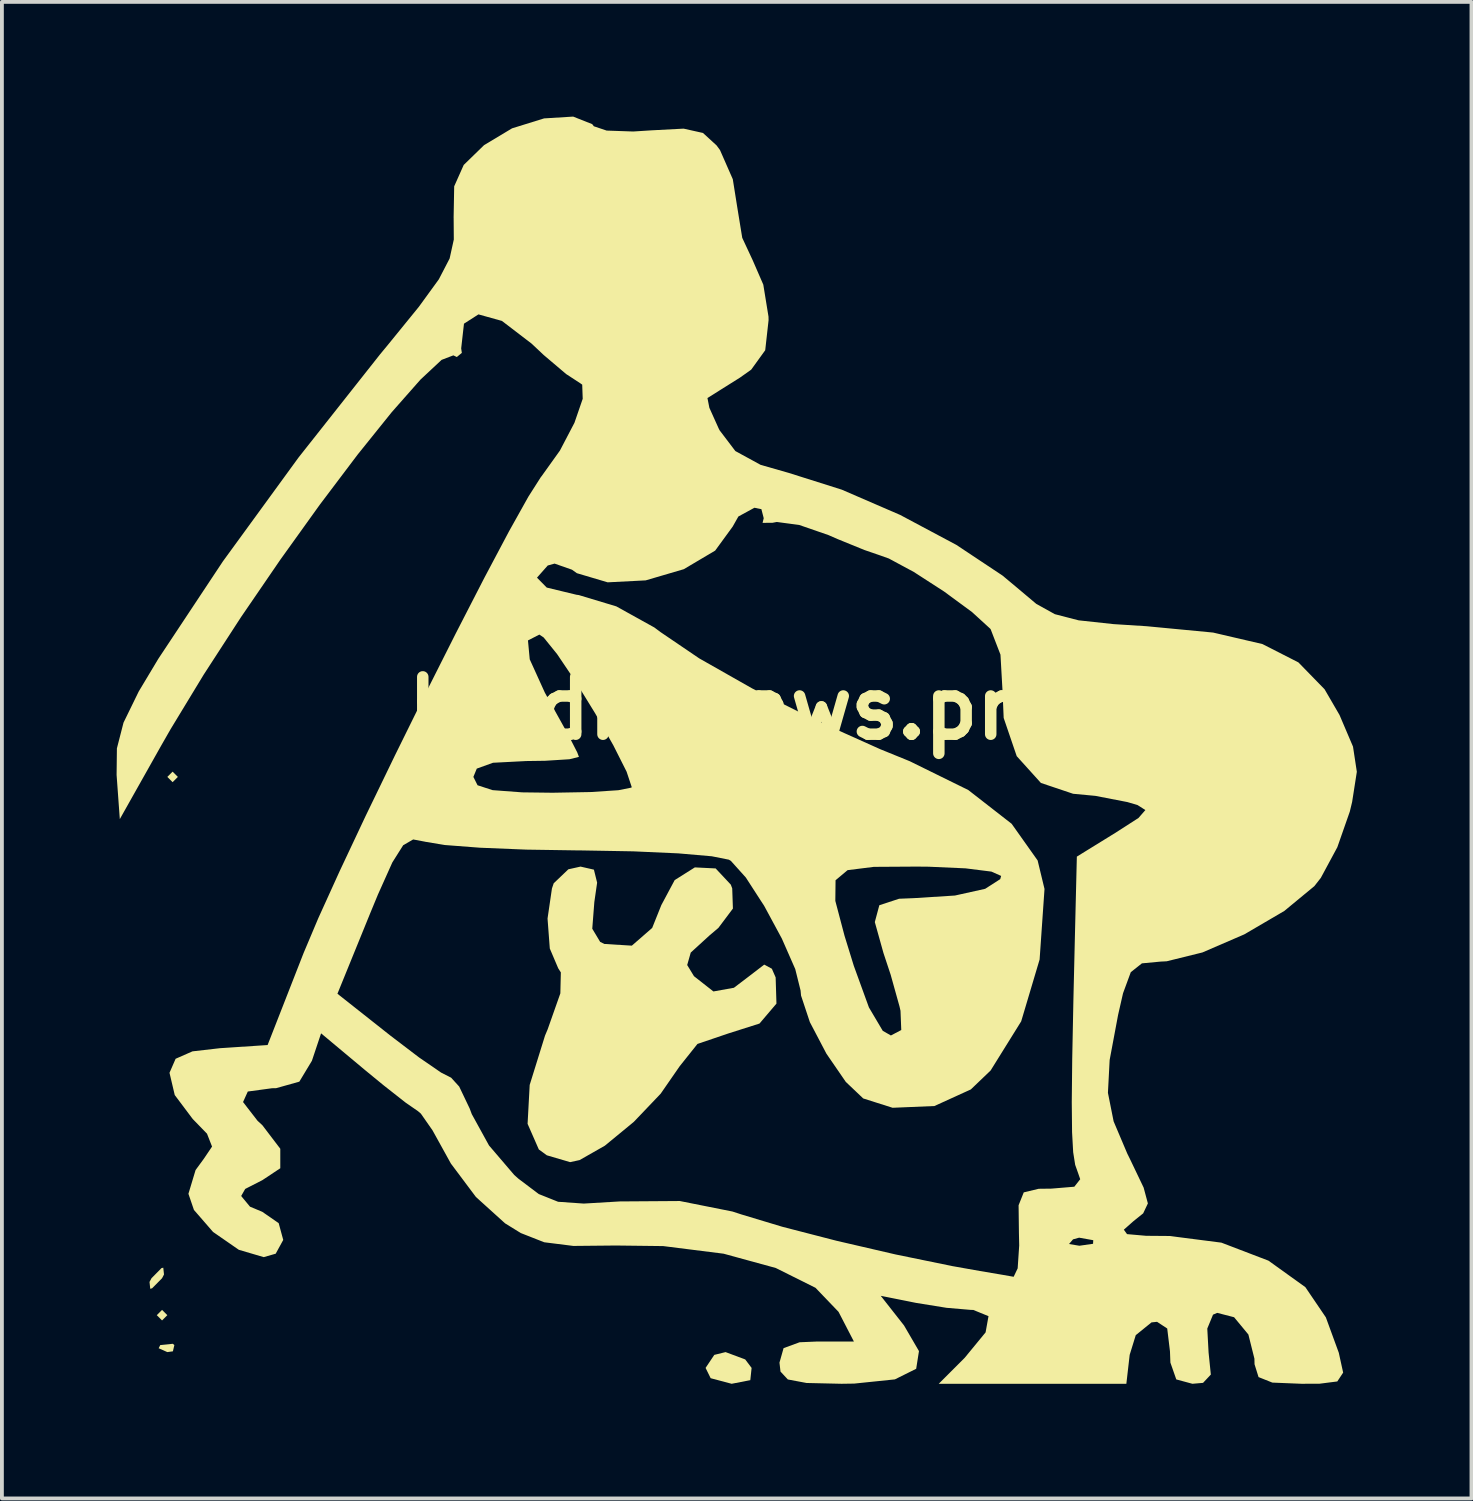
<source format=kicad_pcb>
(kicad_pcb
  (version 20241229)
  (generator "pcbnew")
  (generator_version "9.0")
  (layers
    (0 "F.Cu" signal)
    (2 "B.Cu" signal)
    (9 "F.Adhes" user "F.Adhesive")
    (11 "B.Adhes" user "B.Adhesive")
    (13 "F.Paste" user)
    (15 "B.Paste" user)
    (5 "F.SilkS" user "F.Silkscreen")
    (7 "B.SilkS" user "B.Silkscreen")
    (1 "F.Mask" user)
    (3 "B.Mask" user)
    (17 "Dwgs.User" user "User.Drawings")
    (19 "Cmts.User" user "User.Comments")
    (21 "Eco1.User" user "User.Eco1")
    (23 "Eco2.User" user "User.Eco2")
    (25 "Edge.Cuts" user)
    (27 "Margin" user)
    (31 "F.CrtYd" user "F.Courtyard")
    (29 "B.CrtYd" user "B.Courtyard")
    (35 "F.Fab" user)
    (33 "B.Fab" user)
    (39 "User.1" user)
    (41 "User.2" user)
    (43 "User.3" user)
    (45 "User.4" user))
  (footprint "heidi-paws.pretty"
    (layer "F.Cu")
    (at 17.616 15.478)
    (property "Reference" "heidi-paws.pretty" (at 0 0 0) (layer "F.SilkS") (effects (font (size 1.5 1.5) (thickness 0.3))))
    (attr board_only exclude_from_pos_files exclude_from_bom)
    (fp_poly (pts (xy -16.289 15.875) (xy -16.427 16.013) (xy -16.565 15.875) (xy -16.427 15.737)) (stroke (width 0) (type solid)) (fill yes) (layer "F.SilkS"))
    (fp_poly (pts (xy -16.013 1.795) (xy -16.151 1.933) (xy -16.289 1.795) (xy -16.151 1.657)) (stroke (width 0) (type solid)) (fill yes) (layer "F.SilkS"))
    (fp_poly (pts (xy -16.105 16.657) (xy -16.143 16.821) (xy -16.289 16.841) (xy -16.516 16.74) (xy -16.473 16.657) (xy -16.146 16.624)) (stroke (width 0) (type solid)) (fill yes) (layer "F.SilkS"))
    (fp_poly (pts (xy -16.376 14.811) (xy -16.427 14.909) (xy -16.687 15.172) (xy -16.736 15.185) (xy -16.755 15.006) (xy -16.703 14.909) (xy -16.443 14.645) (xy -16.395 14.633)) (stroke (width 0) (type solid)) (fill yes) (layer "F.SilkS"))
    (fp_poly (pts (xy -1.172 17.033) (xy -1.005 17.255) (xy -1.039 17.575) (xy -1.527 17.67) (xy -2.076 17.524) (xy -2.209 17.255) (xy -1.981 16.914) (xy -1.686 16.841)) (stroke (width 0) (type solid)) (fill yes) (layer "F.SilkS"))
    (fp_poly (pts (xy -5.13 4.221) (xy -5.046 4.561) (xy -5.119 5.069) (xy -5.173 5.766) (xy -4.967 6.11) (xy -4.855 6.165) (xy -4.138 6.209) (xy -3.606 5.746) (xy -3.366 5.147) (xy -3.017 4.494) (xy -2.49 4.162) (xy -1.946 4.189) (xy -1.549 4.613) (xy -1.512 4.712) (xy -1.494 5.239) (xy -1.874 5.745) (xy -2.102 5.938) (xy -2.597 6.39) (xy -2.69 6.716) (xy -2.512 7.008) (xy -2.004 7.407) (xy -1.468 7.311) (xy -1.063 7.003) (xy -0.675 6.705) (xy -0.475 6.813) (xy -0.376 7.04) (xy -0.355 7.725) (xy -0.799 8.247) (xy -1.617 8.507) (xy -2.421 8.78) (xy -2.887 9.364) (xy -3.384 10.082) (xy -4.087 10.819) (xy -4.844 11.442) (xy -5.504 11.818) (xy -5.752 11.872) (xy -6.362 11.693) (xy -6.571 11.54) (xy -6.865 10.87) (xy -6.81 9.852) (xy -6.409 8.562) (xy -6.34 8.398) (xy -6.008 7.457) (xy -5.995 6.909) (xy -6.064 6.801) (xy -6.284 6.284) (xy -6.343 5.5) (xy -6.228 4.714) (xy -6.182 4.578) (xy -5.799 4.212) (xy -5.48 4.141)) (stroke (width 0) (type solid)) (fill yes) (layer "F.SilkS"))
    (fp_poly (pts (xy -5.175 -15.281) (xy -5.132 -15.225) (xy -4.796 -15.112) (xy -4.102 -15.088) (xy -3.635 -15.118) (xy -2.783 -15.163) (xy -2.277 -15.05) (xy -1.921 -14.724) (xy -1.832 -14.603) (xy -1.497 -13.84) (xy -1.38 -13.105) (xy -1.25 -12.307) (xy -0.975 -11.717) (xy -0.699 -11.082) (xy -0.563 -10.245) (xy -0.561 -10.153) (xy -0.649 -9.366) (xy -1.016 -8.858) (xy -1.311 -8.649) (xy -1.859 -8.305) (xy -2.154 -8.119) (xy -2.16 -8.116) (xy -2.11 -7.861) (xy -1.867 -7.321) (xy -1.843 -7.273) (xy -1.43 -6.729) (xy -0.769 -6.368) (xy -0.035 -6.158) (xy 1.354 -5.719) (xy 2.881 -5.058) (xy 4.35 -4.275) (xy 5.56 -3.471) (xy 5.937 -3.156) (xy 6.441 -2.732) (xy 6.927 -2.462) (xy 7.549 -2.301) (xy 8.463 -2.202) (xy 9.327 -2.147) (xy 11.067 -1.981) (xy 12.358 -1.68) (xy 13.298 -1.201) (xy 13.983 -0.498) (xy 14.374 0.175) (xy 14.727 1.003) (xy 14.827 1.661) (xy 14.704 2.45) (xy 14.643 2.703) (xy 14.317 3.634) (xy 13.885 4.436) (xy 13.716 4.652) (xy 12.929 5.302) (xy 11.883 5.914) (xy 10.788 6.387) (xy 9.853 6.618) (xy 9.695 6.626) (xy 9.205 6.672) (xy 8.914 6.903) (xy 8.711 7.455) (xy 8.582 8.02) (xy 8.361 9.2) (xy 8.316 10.059) (xy 8.465 10.806) (xy 8.823 11.65) (xy 8.897 11.8) (xy 9.25 12.538) (xy 9.361 12.952) (xy 9.238 13.212) (xy 8.983 13.417) (xy 8.732 13.639) (xy 8.816 13.755) (xy 9.315 13.799) (xy 9.931 13.804) (xy 11.284 13.978) (xy 12.515 14.449) (xy 13.48 15.142) (xy 14.017 15.933) (xy 14.355 16.858) (xy 14.469 17.378) (xy 14.316 17.609) (xy 13.853 17.668) (xy 13.382 17.67) (xy 12.617 17.639) (xy 12.256 17.495) (xy 12.151 17.159) (xy 12.148 17.013) (xy 11.99 16.381) (xy 11.616 15.929) (xy 11.175 15.815) (xy 11.065 15.862) (xy 10.915 16.226) (xy 10.949 16.852) (xy 11.008 17.429) (xy 10.804 17.646) (xy 10.526 17.67) (xy 10.104 17.556) (xy 9.95 17.116) (xy 9.939 16.821) (xy 9.867 16.224) (xy 9.601 16.049) (xy 9.456 16.064) (xy 9.044 16.398) (xy 8.885 16.913) (xy 8.798 17.67) (xy 6.344 17.67) (xy 3.89 17.67) (xy 4.568 16.992) (xy 5.116 16.325) (xy 5.192 15.901) (xy 4.793 15.738) (xy 4.728 15.737) (xy 4.096 15.683) (xy 3.297 15.554) (xy 3.292 15.553) (xy 2.373 15.369) (xy 2.982 16.144) (xy 3.373 16.815) (xy 3.3 17.278) (xy 2.743 17.555) (xy 1.679 17.665) (xy 1.347 17.67) (xy 0.433 17.649) (xy -0.057 17.557) (xy -0.249 17.351) (xy -0.276 17.117) (xy -0.169 16.738) (xy 0.25 16.584) (xy 0.697 16.565) (xy 1.671 16.565) (xy 1.269 15.788) (xy 0.666 15.159) (xy -0.373 14.641) (xy -1.738 14.267) (xy -3.317 14.068) (xy -4.555 14.053) (xy -5.668 14.064) (xy -6.431 13.968) (xy -7.043 13.727) (xy -7.454 13.473) (xy -8.216 12.784) (xy -8.871 11.91) (xy -8.973 11.725) (xy -9.352 11.04) (xy -9.657 10.603) (xy -9.734 10.537) (xy -10.049 10.32) (xy -10.633 9.861) (xy -11.106 9.473) (xy -12.267 8.503) (xy -12.507 9.221) (xy -12.836 9.767) (xy -13.442 9.937) (xy -13.551 9.939) (xy -14.184 10.025) (xy -14.308 10.3) (xy -13.929 10.79) (xy -13.804 10.905) (xy -13.334 11.522) (xy -13.334 12.032) (xy -13.804 12.344) (xy -14.252 12.573) (xy -14.357 12.758) (xy -14.126 13.037) (xy -13.804 13.172) (xy -13.376 13.468) (xy -13.257 13.907) (xy -13.454 14.267) (xy -13.767 14.357) (xy -14.419 14.165) (xy -15.093 13.698) (xy -15.593 13.122) (xy -15.737 12.7) (xy -15.55 12.079) (xy -15.337 11.788) (xy -15.119 11.465) (xy -15.251 11.128) (xy -15.625 10.743) (xy -16.095 10.117) (xy -16.232 9.535) (xy -16.072 9.168) (xy -15.631 8.974) (xy -14.909 8.891) (xy -13.666 8.809) (xy -13.141 7.467) (xy -11.839 7.467) (xy -10.45 8.565) (xy -9.704 9.133) (xy -9.128 9.529) (xy -8.865 9.663) (xy -8.654 9.895) (xy -8.38 10.469) (xy -8.325 10.616) (xy -7.874 11.436) (xy -7.214 12.208) (xy -7.105 12.305) (xy -6.572 12.707) (xy -6.067 12.909) (xy -5.395 12.956) (xy -4.455 12.9) (xy -2.884 12.889) (xy -1.505 13.164) (xy -1.272 13.24) (xy -0.2 13.563) (xy 1.213 13.928) (xy 2.762 14.287) (xy 4.243 14.591) (xy 4.97 14.72) (xy 5.567 14.821) (xy 5.85 14.871) (xy 5.955 14.65) (xy 5.995 14.05) (xy 5.994 14.014) (xy 7.298 14.014) (xy 7.569 14.059) (xy 7.927 14.008) (xy 7.932 13.914) (xy 7.562 13.848) (xy 7.403 13.892) (xy 7.298 14.014) (xy 5.994 14.014) (xy 5.988 13.735) (xy 5.979 13) (xy 6.114 12.663) (xy 6.505 12.569) (xy 6.837 12.565) (xy 7.437 12.515) (xy 7.591 12.319) (xy 7.533 12.151) (xy 7.459 11.942) (xy 7.407 11.613) (xy 7.378 11.091) (xy 7.37 10.301) (xy 7.382 9.168) (xy 7.413 7.618) (xy 7.451 6.012) (xy 7.503 3.88) (xy 8.504 3.262) (xy 9.114 2.87) (xy 9.296 2.662) (xy 9.09 2.531) (xy 8.825 2.453) (xy 7.989 2.291) (xy 7.405 2.236) (xy 6.563 1.953) (xy 5.93 1.252) (xy 5.589 0.253) (xy 5.559 -0.449) (xy 5.505 -1.403) (xy 5.249 -2.066) (xy 5.235 -2.084) (xy 4.761 -2.517) (xy 4.031 -3.054) (xy 3.24 -3.565) (xy 2.585 -3.918) (xy 2.372 -3.994) (xy 1.945 -4.141) (xy 1.246 -4.426) (xy 1.003 -4.532) (xy 0.245 -4.794) (xy -0.346 -4.874) (xy -0.461 -4.852) (xy -0.718 -4.851) (xy -0.688 -4.973) (xy -0.749 -5.209) (xy -0.931 -5.246) (xy -1.351 -5.017) (xy -1.5 -4.753) (xy -1.958 -4.125) (xy -2.778 -3.639) (xy -3.776 -3.346) (xy -4.77 -3.295) (xy -5.576 -3.534) (xy -5.703 -3.625) (xy -6.159 -3.785) (xy -6.338 -3.735) (xy -6.619 -3.417) (xy -6.364 -3.158) (xy -5.586 -2.97) (xy -5.526 -2.962) (xy -4.544 -2.666) (xy -3.549 -2.114) (xy -3.387 -1.993) (xy -2.377 -1.307) (xy -0.987 -0.518) (xy 0.639 0.298) (xy 2.357 1.069) (xy 3.131 1.384) (xy 4.663 2.138) (xy 5.797 3.021) (xy 6.477 3.98) (xy 6.657 4.726) (xy 6.529 6.571) (xy 6.047 8.189) (xy 5.247 9.475) (xy 4.73 9.97) (xy 3.778 10.404) (xy 2.683 10.45) (xy 1.915 10.206) (xy 1.459 9.773) (xy 0.952 9.035) (xy 0.519 8.21) (xy 0.288 7.514) (xy 0.276 7.382) (xy 0.137 6.823) (xy -0.214 6.024) (xy -0.678 5.165) (xy -0.761 5.038) (xy 1.185 5.038) (xy 1.426 5.951) (xy 1.668 6.735) (xy 2.064 7.825) (xy 2.426 8.437) (xy 2.639 8.559) (xy 2.91 8.416) (xy 2.89 7.913) (xy 2.864 7.799) (xy 2.633 6.971) (xy 2.444 6.401) (xy 2.218 5.592) (xy 2.336 5.152) (xy 2.853 4.982) (xy 3.244 4.966) (xy 4.314 4.898) (xy 5.105 4.722) (xy 5.499 4.469) (xy 5.522 4.385) (xy 5.268 4.272) (xy 4.592 4.187) (xy 3.626 4.144) (xy 3.313 4.141) (xy 2.192 4.148) (xy 1.506 4.234) (xy 1.191 4.498) (xy 1.185 5.038) (xy -0.761 5.038) (xy -1.156 4.427) (xy -1.548 3.991) (xy -1.6 3.96) (xy -2.047 3.871) (xy -2.922 3.795) (xy -4.101 3.742) (xy -5.458 3.718) (xy -5.522 3.718) (xy -6.897 3.697) (xy -8.112 3.647) (xy -9.038 3.576) (xy -9.544 3.491) (xy -9.551 3.489) (xy -9.858 3.431) (xy -10.119 3.582) (xy -10.403 4.032) (xy -10.78 4.873) (xy -10.985 5.369) (xy -11.839 7.467) (xy -13.141 7.467) (xy -12.726 6.406) (xy -12.339 5.489) (xy -11.782 4.262) (xy -11.1 2.813) (xy -10.607 1.795) (xy -8.283 1.795) (xy -8.174 2.013) (xy -7.782 2.141) (xy -7.007 2.199) (xy -6.212 2.209) (xy -5.222 2.191) (xy -4.49 2.143) (xy -4.15 2.075) (xy -4.141 2.061) (xy -4.275 1.658) (xy -4.622 0.969) (xy -5.096 0.134) (xy -5.614 -0.707) (xy -6.092 -1.416) (xy -6.445 -1.853) (xy -6.557 -1.928) (xy -6.855 -1.775) (xy -6.809 -1.281) (xy -6.414 -0.411) (xy -6.209 -0.041) (xy -5.814 0.669) (xy -5.566 1.154) (xy -5.522 1.271) (xy -5.77 1.333) (xy -6.406 1.373) (xy -6.902 1.38) (xy -7.77 1.425) (xy -8.194 1.578) (xy -8.283 1.795) (xy -10.607 1.795) (xy -10.335 1.233) (xy -9.534 -0.39) (xy -8.739 -1.968) (xy -7.997 -3.411) (xy -7.35 -4.631) (xy -6.843 -5.538) (xy -6.52 -6.045) (xy -6.497 -6.074) (xy -6.019 -6.742) (xy -5.639 -7.469) (xy -5.423 -8.096) (xy -5.436 -8.466) (xy -5.485 -8.501) (xy -5.856 -8.743) (xy -6.442 -9.24) (xy -6.761 -9.54) (xy -7.536 -10.133) (xy -8.15 -10.304) (xy -8.529 -10.061) (xy -8.602 -9.415) (xy -8.585 -9.297) (xy -8.716 -9.189) (xy -8.807 -9.232) (xy -9.115 -9.114) (xy -9.668 -8.597) (xy -10.417 -7.748) (xy -11.312 -6.635) (xy -12.301 -5.325) (xy -13.335 -3.884) (xy -14.364 -2.381) (xy -15.337 -0.881) (xy -16.204 0.547) (xy -16.454 0.984) (xy -17.532 2.899) (xy -17.616 1.743) (xy -17.608 1.048) (xy -17.435 0.375) (xy -17.037 -0.44) (xy -16.525 -1.294) (xy -14.835 -3.844) (xy -12.856 -6.561) (xy -10.724 -9.259) (xy -10.532 -9.491) (xy -9.709 -10.503) (xy -9.187 -11.221) (xy -8.904 -11.767) (xy -8.795 -12.262) (xy -8.799 -12.828) (xy -8.8 -12.833) (xy -8.785 -13.654) (xy -8.536 -14.213) (xy -8.004 -14.731) (xy -7.271 -15.171) (xy -6.433 -15.431) (xy -5.673 -15.478)) (stroke (width 0) (type solid)) (fill yes) (layer "F.SilkS")))
  (gr_rect
    (start -3 -3)
    (end 35.442 36.148)
    (stroke (width 0.1) (type default))
    (fill no)
    (layer "Edge.Cuts")))
</source>
